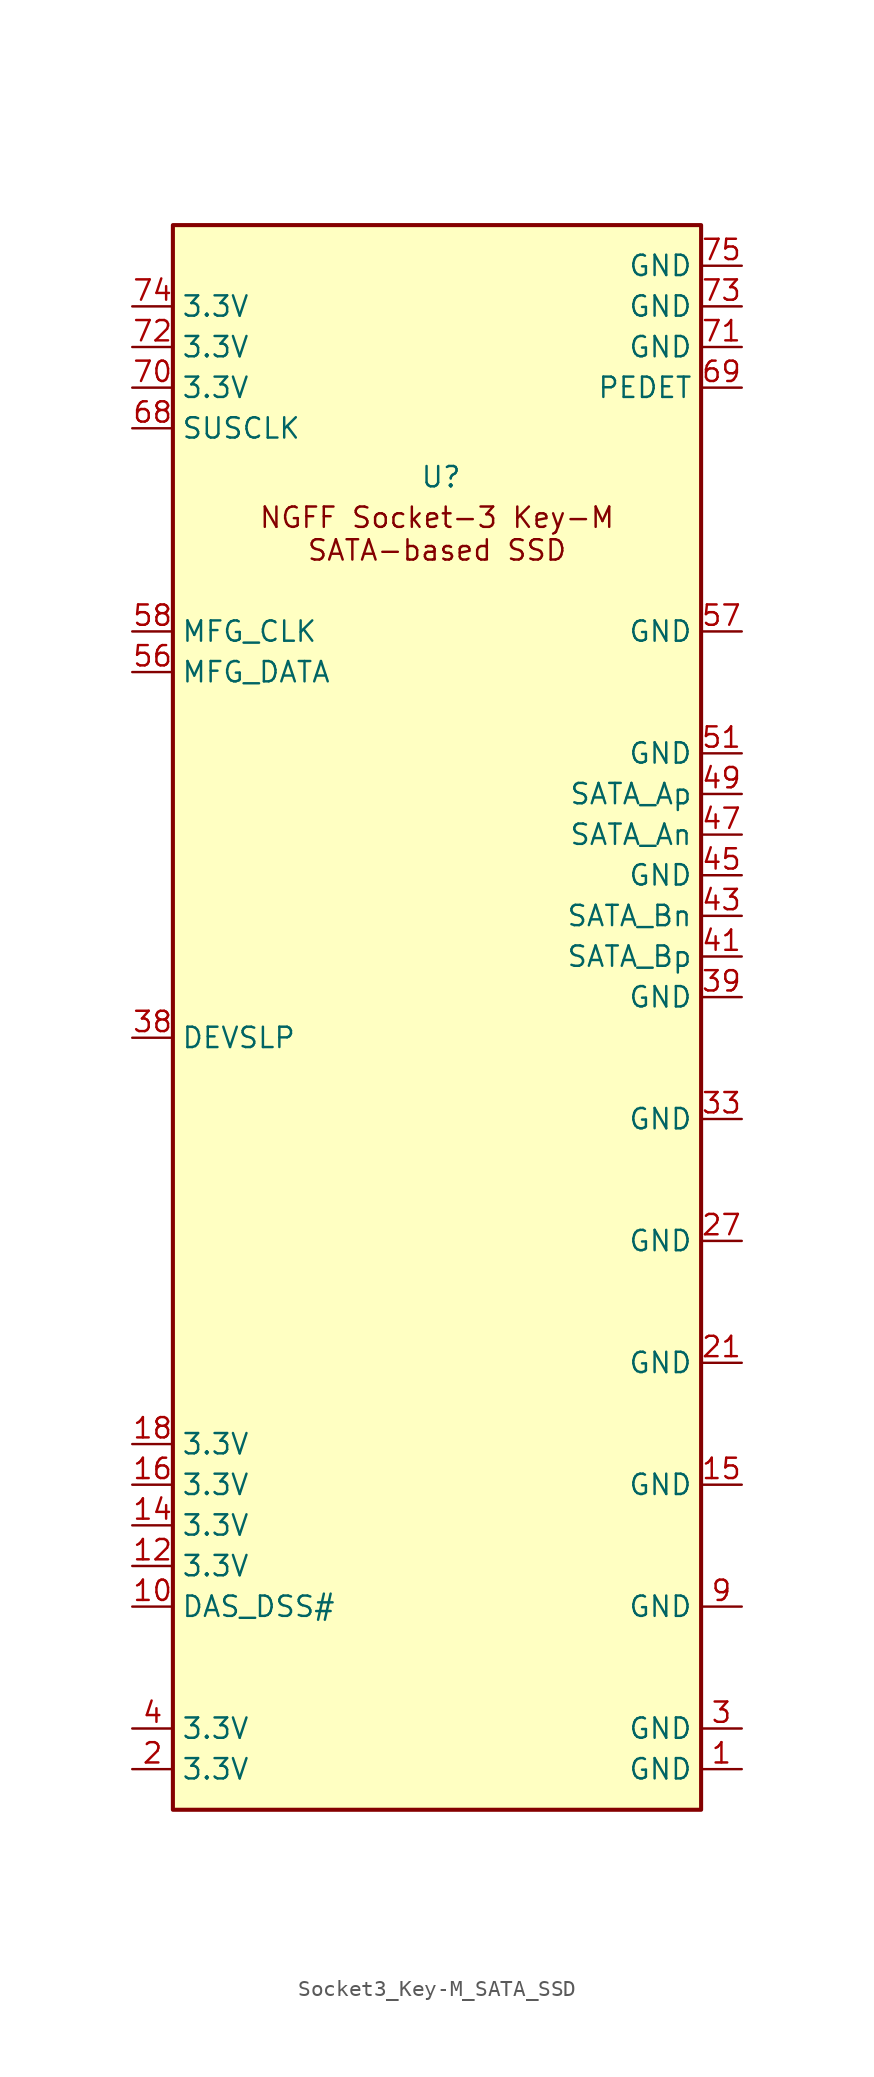
<source format=kicad_sym>
(kicad_symbol_lib
  (version 20241209)
  (generator "kicad_symbol_editor")
  (generator_version "9.0")
  (symbol "Socket3_Key-M_SATA_SSD"
    (property "Reference" "U"
      (at 16.764 83.312 0)
      (effects (font (size 1.27 1.27))))
    (property "Value" ""
      (at 0 0 0)
      (effects (font (size 1.27 1.27))))
    (symbol "Socket3_Key-M_SATA_SSD_0_1"
      (rectangle (start 0 99.06) (end 33.02 0) (stroke (width 0.254) (type default)) (fill (type background))))
    (symbol "Socket3_Key-M_SATA_SSD_1_1"
      (text "NGFF Socket-3 Key-M\nSATA-based SSD" (at 16.51 79.756 0) (effects (font (size 1.27 1.27))))
      (pin power_in line (at -2.54 93.98 0) (length 2.54) (name "3.3V" (effects (font (size 1.27 1.27)))) (number "74" (effects (font (size 1.27 1.27)))))
      (pin power_in line (at -2.54 91.44 0) (length 2.54) (name "3.3V" (effects (font (size 1.27 1.27)))) (number "72" (effects (font (size 1.27 1.27)))))
      (pin power_in line (at -2.54 88.9 0) (length 2.54) (name "3.3V" (effects (font (size 1.27 1.27)))) (number "70" (effects (font (size 1.27 1.27)))))
      (pin input line (at -2.54 86.36 0) (length 2.54) (name "SUSCLK" (effects (font (size 1.27 1.27)))) (number "68" (effects (font (size 1.27 1.27)))))
      (pin bidirectional line (at -2.54 73.66 0) (length 2.54) (name "MFG_CLK" (effects (font (size 1.27 1.27)))) (number "58" (effects (font (size 1.27 1.27)))))
      (pin bidirectional line (at -2.54 71.12 0) (length 2.54) (name "MFG_DATA" (effects (font (size 1.27 1.27)))) (number "56" (effects (font (size 1.27 1.27)))))
      (pin no_connect line (at -2.54 68.58 0) (length 2.54) (hide yes) (name "NC" (effects (font (size 1.27 1.27)))) (number "54" (effects (font (size 1.27 1.27)))))
      (pin no_connect line (at -2.54 66.04 0) (length 2.54) (hide yes) (name "NC" (effects (font (size 1.27 1.27)))) (number "52" (effects (font (size 1.27 1.27)))))
      (pin no_connect line (at -2.54 63.5 0) (length 2.54) (hide yes) (name "NC" (effects (font (size 1.27 1.27)))) (number "50" (effects (font (size 1.27 1.27)))))
      (pin no_connect line (at -2.54 60.96 0) (length 2.54) (hide yes) (name "NC" (effects (font (size 1.27 1.27)))) (number "48" (effects (font (size 1.27 1.27)))))
      (pin no_connect line (at -2.54 58.42 0) (length 2.54) (hide yes) (name "NC" (effects (font (size 1.27 1.27)))) (number "46" (effects (font (size 1.27 1.27)))))
      (pin no_connect line (at -2.54 55.88 0) (length 2.54) (hide yes) (name "NC" (effects (font (size 1.27 1.27)))) (number "44" (effects (font (size 1.27 1.27)))))
      (pin no_connect line (at -2.54 53.34 0) (length 2.54) (hide yes) (name "NC" (effects (font (size 1.27 1.27)))) (number "42" (effects (font (size 1.27 1.27)))))
      (pin no_connect line (at -2.54 50.8 0) (length 2.54) (hide yes) (name "NC" (effects (font (size 1.27 1.27)))) (number "40" (effects (font (size 1.27 1.27)))))
      (pin input line (at -2.54 48.26 0) (length 2.54) (name "DEVSLP" (effects (font (size 1.27 1.27)))) (number "38" (effects (font (size 1.27 1.27)))))
      (pin no_connect line (at -2.54 45.72 0) (length 2.54) (hide yes) (name "NC" (effects (font (size 1.27 1.27)))) (number "36" (effects (font (size 1.27 1.27)))))
      (pin no_connect line (at -2.54 43.18 0) (length 2.54) (hide yes) (name "NC" (effects (font (size 1.27 1.27)))) (number "34" (effects (font (size 1.27 1.27)))))
      (pin no_connect line (at -2.54 40.64 0) (length 2.54) (hide yes) (name "NC" (effects (font (size 1.27 1.27)))) (number "32" (effects (font (size 1.27 1.27)))))
      (pin no_connect line (at -2.54 38.1 0) (length 2.54) (hide yes) (name "NC" (effects (font (size 1.27 1.27)))) (number "30" (effects (font (size 1.27 1.27)))))
      (pin no_connect line (at -2.54 35.56 0) (length 2.54) (hide yes) (name "NC" (effects (font (size 1.27 1.27)))) (number "28" (effects (font (size 1.27 1.27)))))
      (pin no_connect line (at -2.54 33.02 0) (length 2.54) (hide yes) (name "NC" (effects (font (size 1.27 1.27)))) (number "26" (effects (font (size 1.27 1.27)))))
      (pin no_connect line (at -2.54 30.48 0) (length 2.54) (hide yes) (name "NC" (effects (font (size 1.27 1.27)))) (number "24" (effects (font (size 1.27 1.27)))))
      (pin no_connect line (at -2.54 27.94 0) (length 2.54) (hide yes) (name "NC" (effects (font (size 1.27 1.27)))) (number "22" (effects (font (size 1.27 1.27)))))
      (pin no_connect line (at -2.54 25.4 0) (length 2.54) (hide yes) (name "NC" (effects (font (size 1.27 1.27)))) (number "20" (effects (font (size 1.27 1.27)))))
      (pin power_in line (at -2.54 22.86 0) (length 2.54) (name "3.3V" (effects (font (size 1.27 1.27)))) (number "18" (effects (font (size 1.27 1.27)))))
      (pin power_in line (at -2.54 20.32 0) (length 2.54) (name "3.3V" (effects (font (size 1.27 1.27)))) (number "16" (effects (font (size 1.27 1.27)))))
      (pin power_in line (at -2.54 17.78 0) (length 2.54) (name "3.3V" (effects (font (size 1.27 1.27)))) (number "14" (effects (font (size 1.27 1.27)))))
      (pin power_in line (at -2.54 15.24 0) (length 2.54) (name "3.3V" (effects (font (size 1.27 1.27)))) (number "12" (effects (font (size 1.27 1.27)))))
      (pin output line (at -2.54 12.7 0) (length 2.54) (name "DAS_DSS#" (effects (font (size 1.27 1.27)))) (number "10" (effects (font (size 1.27 1.27)))))
      (pin no_connect line (at -2.54 10.16 0) (length 2.54) (hide yes) (name "NC" (effects (font (size 1.27 1.27)))) (number "8" (effects (font (size 1.27 1.27)))))
      (pin no_connect line (at -2.54 7.62 0) (length 2.54) (hide yes) (name "NC" (effects (font (size 1.27 1.27)))) (number "6" (effects (font (size 1.27 1.27)))))
      (pin power_in line (at -2.54 5.08 0) (length 2.54) (name "3.3V" (effects (font (size 1.27 1.27)))) (number "4" (effects (font (size 1.27 1.27)))))
      (pin power_in line (at -2.54 2.54 0) (length 2.54) (name "3.3V" (effects (font (size 1.27 1.27)))) (number "2" (effects (font (size 1.27 1.27)))))
      (pin power_in line (at 35.56 96.52 180) (length 2.54) (name "GND" (effects (font (size 1.27 1.27)))) (number "75" (effects (font (size 1.27 1.27)))))
      (pin power_in line (at 35.56 93.98 180) (length 2.54) (name "GND" (effects (font (size 1.27 1.27)))) (number "73" (effects (font (size 1.27 1.27)))))
      (pin power_in line (at 35.56 91.44 180) (length 2.54) (name "GND" (effects (font (size 1.27 1.27)))) (number "71" (effects (font (size 1.27 1.27)))))
      (pin power_in line (at 35.56 88.9 180) (length 2.54) (name "PEDET" (effects (font (size 1.27 1.27)))) (number "69" (effects (font (size 1.27 1.27)))))
      (pin no_connect line (at 35.56 86.36 180) (length 2.54) (hide yes) (name "NC" (effects (font (size 1.27 1.27)))) (number "67" (effects (font (size 1.27 1.27)))))
      (pin power_in line (at 35.56 73.66 180) (length 2.54) (name "GND" (effects (font (size 1.27 1.27)))) (number "57" (effects (font (size 1.27 1.27)))))
      (pin no_connect line (at 35.56 71.12 180) (length 2.54) (hide yes) (name "NC" (effects (font (size 1.27 1.27)))) (number "55" (effects (font (size 1.27 1.27)))))
      (pin no_connect line (at 35.56 68.58 180) (length 2.54) (hide yes) (name "NC" (effects (font (size 1.27 1.27)))) (number "53" (effects (font (size 1.27 1.27)))))
      (pin power_in line (at 35.56 66.04 180) (length 2.54) (name "GND" (effects (font (size 1.27 1.27)))) (number "51" (effects (font (size 1.27 1.27)))))
      (pin bidirectional line (at 35.56 63.5 180) (length 2.54) (name "SATA_Ap" (effects (font (size 1.27 1.27)))) (number "49" (effects (font (size 1.27 1.27)))))
      (pin bidirectional line (at 35.56 60.96 180) (length 2.54) (name "SATA_An" (effects (font (size 1.27 1.27)))) (number "47" (effects (font (size 1.27 1.27)))))
      (pin power_in line (at 35.56 58.42 180) (length 2.54) (name "GND" (effects (font (size 1.27 1.27)))) (number "45" (effects (font (size 1.27 1.27)))))
      (pin bidirectional line (at 35.56 55.88 180) (length 2.54) (name "SATA_Bn" (effects (font (size 1.27 1.27)))) (number "43" (effects (font (size 1.27 1.27)))))
      (pin bidirectional line (at 35.56 53.34 180) (length 2.54) (name "SATA_Bp" (effects (font (size 1.27 1.27)))) (number "41" (effects (font (size 1.27 1.27)))))
      (pin power_in line (at 35.56 50.8 180) (length 2.54) (name "GND" (effects (font (size 1.27 1.27)))) (number "39" (effects (font (size 1.27 1.27)))))
      (pin no_connect line (at 35.56 48.26 180) (length 2.54) (hide yes) (name "NC" (effects (font (size 1.27 1.27)))) (number "37" (effects (font (size 1.27 1.27)))))
      (pin no_connect line (at 35.56 45.72 180) (length 2.54) (hide yes) (name "NC" (effects (font (size 1.27 1.27)))) (number "35g" (effects (font (size 1.27 1.27)))))
      (pin power_in line (at 35.56 43.18 180) (length 2.54) (name "GND" (effects (font (size 1.27 1.27)))) (number "33" (effects (font (size 1.27 1.27)))))
      (pin no_connect line (at 35.56 40.64 180) (length 2.54) (hide yes) (name "NC" (effects (font (size 1.27 1.27)))) (number "31" (effects (font (size 1.27 1.27)))))
      (pin no_connect line (at 35.56 38.1 180) (length 2.54) (hide yes) (name "NC" (effects (font (size 1.27 1.27)))) (number "29" (effects (font (size 1.27 1.27)))))
      (pin power_in line (at 35.56 35.56 180) (length 2.54) (name "GND" (effects (font (size 1.27 1.27)))) (number "27" (effects (font (size 1.27 1.27)))))
      (pin no_connect line (at 35.56 33.02 180) (length 2.54) (hide yes) (name "NC" (effects (font (size 1.27 1.27)))) (number "25" (effects (font (size 1.27 1.27)))))
      (pin no_connect line (at 35.56 30.48 180) (length 2.54) (hide yes) (name "NC" (effects (font (size 1.27 1.27)))) (number "23" (effects (font (size 1.27 1.27)))))
      (pin power_in line (at 35.56 27.94 180) (length 2.54) (name "GND" (effects (font (size 1.27 1.27)))) (number "21" (effects (font (size 1.27 1.27)))))
      (pin no_connect line (at 35.56 25.4 180) (length 2.54) (hide yes) (name "NC" (effects (font (size 1.27 1.27)))) (number "19" (effects (font (size 1.27 1.27)))))
      (pin no_connect line (at 35.56 22.86 180) (length 2.54) (hide yes) (name "NC" (effects (font (size 1.27 1.27)))) (number "17" (effects (font (size 1.27 1.27)))))
      (pin power_in line (at 35.56 20.32 180) (length 2.54) (name "GND" (effects (font (size 1.27 1.27)))) (number "15" (effects (font (size 1.27 1.27)))))
      (pin no_connect line (at 35.56 17.78 180) (length 2.54) (hide yes) (name "NC" (effects (font (size 1.27 1.27)))) (number "13" (effects (font (size 1.27 1.27)))))
      (pin no_connect line (at 35.56 15.24 180) (length 2.54) (hide yes) (name "NC" (effects (font (size 1.27 1.27)))) (number "11" (effects (font (size 1.27 1.27)))))
      (pin power_in line (at 35.56 12.7 180) (length 2.54) (name "GND" (effects (font (size 1.27 1.27)))) (number "9" (effects (font (size 1.27 1.27)))))
      (pin no_connect line (at 35.56 10.16 180) (length 2.54) (hide yes) (name "NC" (effects (font (size 1.27 1.27)))) (number "7" (effects (font (size 1.27 1.27)))))
      (pin no_connect line (at 35.56 7.62 180) (length 2.54) (hide yes) (name "NC" (effects (font (size 1.27 1.27)))) (number "5" (effects (font (size 1.27 1.27)))))
      (pin power_in line (at 35.56 5.08 180) (length 2.54) (name "GND" (effects (font (size 1.27 1.27)))) (number "3" (effects (font (size 1.27 1.27)))))
      (pin power_in line (at 35.56 2.54 180) (length 2.54) (name "GND" (effects (font (size 1.27 1.27)))) (number "1" (effects (font (size 1.27 1.27))))))))
</source>
